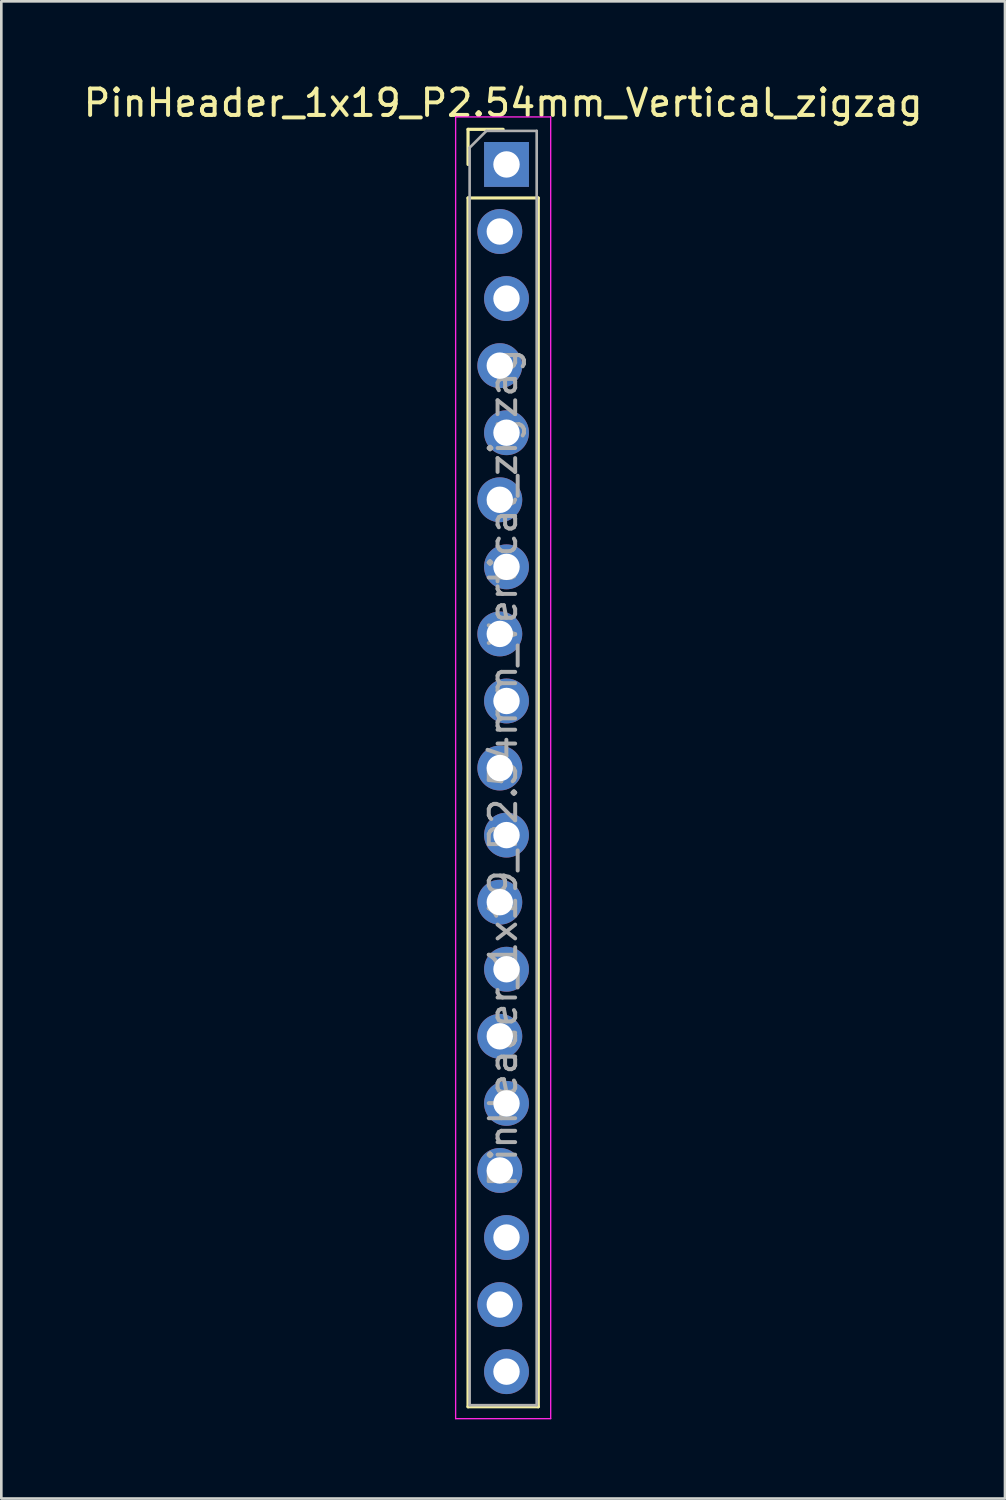
<source format=kicad_pcb>
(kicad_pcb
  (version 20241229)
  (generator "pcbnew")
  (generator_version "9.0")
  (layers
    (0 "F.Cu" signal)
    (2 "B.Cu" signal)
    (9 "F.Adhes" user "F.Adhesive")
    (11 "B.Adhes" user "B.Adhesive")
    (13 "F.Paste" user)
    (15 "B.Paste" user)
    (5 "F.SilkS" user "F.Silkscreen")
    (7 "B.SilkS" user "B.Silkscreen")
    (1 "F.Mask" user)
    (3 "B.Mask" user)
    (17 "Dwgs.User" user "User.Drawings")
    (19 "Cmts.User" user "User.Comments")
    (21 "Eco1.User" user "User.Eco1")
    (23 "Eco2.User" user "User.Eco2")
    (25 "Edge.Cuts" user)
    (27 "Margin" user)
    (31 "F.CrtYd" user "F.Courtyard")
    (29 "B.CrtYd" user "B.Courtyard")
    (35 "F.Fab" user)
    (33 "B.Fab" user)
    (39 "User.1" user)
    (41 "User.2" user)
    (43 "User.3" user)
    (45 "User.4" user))
  (footprint "PinHeader_1x19_P2.54mm_Vertical_zigzag"
    (layer "F.Cu")
    (at 16.006 3.178)
    (property "Reference" "PinHeader_1x19_P2.54mm_Vertical_zigzag" (at 0 -2.33 0) (layer "F.SilkS") (effects (font (size 1 1) (thickness 0.15))))
    (attr through_hole)
    (fp_line (start -1.33 -1.33) (end 0 -1.33) (stroke (width 0.12) (type solid)) (layer "F.SilkS"))
    (fp_line (start -1.33 0) (end -1.33 -1.33) (stroke (width 0.12) (type solid)) (layer "F.SilkS"))
    (fp_line (start -1.33 1.27) (end -1.33 47.05) (stroke (width 0.12) (type solid)) (layer "F.SilkS"))
    (fp_line (start -1.33 1.27) (end 1.33 1.27) (stroke (width 0.12) (type solid)) (layer "F.SilkS"))
    (fp_line (start -1.33 47.05) (end 1.33 47.05) (stroke (width 0.12) (type solid)) (layer "F.SilkS"))
    (fp_line (start 1.33 1.27) (end 1.33 47.05) (stroke (width 0.12) (type solid)) (layer "F.SilkS"))
    (fp_line (start -1.8 -1.8) (end -1.8 47.5) (stroke (width 0.05) (type solid)) (layer "F.CrtYd"))
    (fp_line (start -1.8 47.5) (end 1.8 47.5) (stroke (width 0.05) (type solid)) (layer "F.CrtYd"))
    (fp_line (start 1.8 -1.8) (end -1.8 -1.8) (stroke (width 0.05) (type solid)) (layer "F.CrtYd"))
    (fp_line (start 1.8 47.5) (end 1.8 -1.8) (stroke (width 0.05) (type solid)) (layer "F.CrtYd"))
    (fp_line (start -1.27 -0.635) (end -0.635 -1.27) (stroke (width 0.1) (type solid)) (layer "F.Fab"))
    (fp_line (start -1.27 46.99) (end -1.27 -0.635) (stroke (width 0.1) (type solid)) (layer "F.Fab"))
    (fp_line (start -0.635 -1.27) (end 1.27 -1.27) (stroke (width 0.1) (type solid)) (layer "F.Fab"))
    (fp_line (start 1.27 -1.27) (end 1.27 46.99) (stroke (width 0.1) (type solid)) (layer "F.Fab"))
    (fp_line (start 1.27 46.99) (end -1.27 46.99) (stroke (width 0.1) (type solid)) (layer "F.Fab"))
    (fp_text user "${REFERENCE}" (at 0 22.86 90) (layer "F.Fab") (effects (font (size 1 1) (thickness 0.15))))
    (pad "1" thru_hole rect (at 0.127 0) (size 1.7 1.7) (drill 1) (layers "*.Cu" "*.Mask"))
    (pad "2" thru_hole oval (at -0.127 2.54) (size 1.7 1.7) (drill 1) (layers "*.Cu" "*.Mask"))
    (pad "3" thru_hole oval (at 0.127 5.08) (size 1.7 1.7) (drill 1) (layers "*.Cu" "*.Mask"))
    (pad "4" thru_hole oval (at -0.127 7.62) (size 1.7 1.7) (drill 1) (layers "*.Cu" "*.Mask"))
    (pad "5" thru_hole oval (at 0.127 10.16) (size 1.7 1.7) (drill 1) (layers "*.Cu" "*.Mask"))
    (pad "6" thru_hole oval (at -0.127 12.7) (size 1.7 1.7) (drill 1) (layers "*.Cu" "*.Mask"))
    (pad "7" thru_hole oval (at 0.127 15.24) (size 1.7 1.7) (drill 1) (layers "*.Cu" "*.Mask"))
    (pad "8" thru_hole oval (at -0.127 17.78) (size 1.7 1.7) (drill 1) (layers "*.Cu" "*.Mask"))
    (pad "9" thru_hole oval (at 0.127 20.32) (size 1.7 1.7) (drill 1) (layers "*.Cu" "*.Mask"))
    (pad "10" thru_hole oval (at -0.127 22.86) (size 1.7 1.7) (drill 1) (layers "*.Cu" "*.Mask"))
    (pad "11" thru_hole oval (at 0.127 25.4) (size 1.7 1.7) (drill 1) (layers "*.Cu" "*.Mask"))
    (pad "12" thru_hole oval (at -0.127 27.94) (size 1.7 1.7) (drill 1) (layers "*.Cu" "*.Mask"))
    (pad "13" thru_hole oval (at 0.127 30.48) (size 1.7 1.7) (drill 1) (layers "*.Cu" "*.Mask"))
    (pad "14" thru_hole oval (at -0.127 33.02) (size 1.7 1.7) (drill 1) (layers "*.Cu" "*.Mask"))
    (pad "15" thru_hole oval (at 0.127 35.56) (size 1.7 1.7) (drill 1) (layers "*.Cu" "*.Mask"))
    (pad "16" thru_hole oval (at -0.127 38.1) (size 1.7 1.7) (drill 1) (layers "*.Cu" "*.Mask"))
    (pad "17" thru_hole oval (at 0.127 40.64) (size 1.7 1.7) (drill 1) (layers "*.Cu" "*.Mask"))
    (pad "18" thru_hole oval (at -0.127 43.18) (size 1.7 1.7) (drill 1) (layers "*.Cu" "*.Mask"))
    (pad "19" thru_hole oval (at 0.127 45.72) (size 1.7 1.7) (drill 1) (layers "*.Cu" "*.Mask")))
  (gr_rect
    (start -3 -3)
    (end 35.012 53.703)
    (stroke (width 0.1) (type default))
    (fill no)
    (layer "Edge.Cuts")))
</source>
